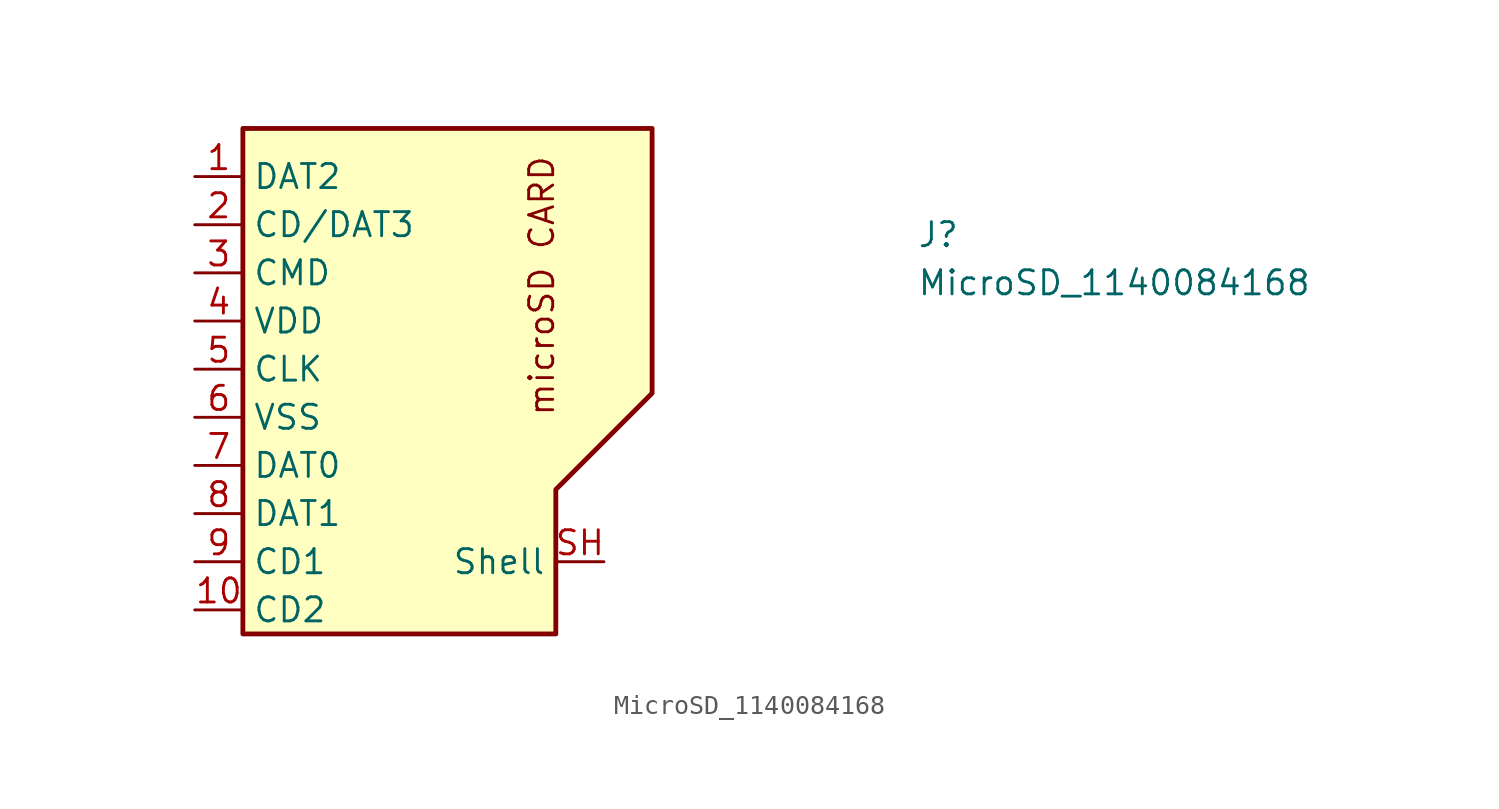
<source format=kicad_sym>
(kicad_symbol_lib
  (version 20211014)
  (generator kicad_symbol_editor)
  (symbol "MicroSD_1140084168"
    (property "Reference" "J"
      (at 38.1 -3.81 0)
      (effects (font (size 1.27 1.27) (thickness 0.15)) (justify left bottom)))
    (property "Value" "MicroSD_1140084168"
      (at 38.1 -6.35 0)
      (effects (font (size 1.27 1.27) (thickness 0.15)) (justify left bottom)))
    (symbol "MicroSD_1140084168_1_1"
      (polyline (pts (xy 2.54 2.54) (xy 2.54 -24.13) (xy 10.16 -24.13) (xy 13.97 -24.13) (xy 19.05 -24.13) (xy 19.05 -16.51) (xy 24.13 -11.43) (xy 24.13 2.54) (xy 2.54 2.54)) (stroke (width 0.254) (type default) (color 0 0 0 0)) (fill (type background)))
      (text "microSD CARD" (at 19.05 -12.7 900) (effects (font (size 1.27 1.27) (thickness 0.15)) (justify left bottom)))
      (pin bidirectional line (at 0 0 0) (length 2.54) (name "DAT2" (effects (font (size 1.27 1.27)))) (number "1" (effects (font (size 1.27 1.27)))))
      (pin passive line (at 0 -22.86 0) (length 2.54) (name "CD2" (effects (font (size 1.27 1.27)))) (number "10" (effects (font (size 1.27 1.27)))))
      (pin bidirectional line (at 0 -2.54 0) (length 2.54) (name "CD/DAT3" (effects (font (size 1.27 1.27)))) (number "2" (effects (font (size 1.27 1.27)))))
      (pin bidirectional line (at 0 -5.08 0) (length 2.54) (name "CMD" (effects (font (size 1.27 1.27)))) (number "3" (effects (font (size 1.27 1.27)))))
      (pin power_in line (at 0 -7.62 0) (length 2.54) (name "VDD" (effects (font (size 1.27 1.27)))) (number "4" (effects (font (size 1.27 1.27)))))
      (pin output line (at 0 -10.16 0) (length 2.54) (name "CLK" (effects (font (size 1.27 1.27)))) (number "5" (effects (font (size 1.27 1.27)))))
      (pin power_in line (at 0 -12.7 0) (length 2.54) (name "VSS" (effects (font (size 1.27 1.27)))) (number "6" (effects (font (size 1.27 1.27)))))
      (pin bidirectional line (at 0 -15.24 0) (length 2.54) (name "DAT0" (effects (font (size 1.27 1.27)))) (number "7" (effects (font (size 1.27 1.27)))))
      (pin bidirectional line (at 0 -17.78 0) (length 2.54) (name "DAT1" (effects (font (size 1.27 1.27)))) (number "8" (effects (font (size 1.27 1.27)))))
      (pin passive line (at 0 -20.32 0) (length 2.54) (name "CD1" (effects (font (size 1.27 1.27)))) (number "9" (effects (font (size 1.27 1.27)))))
      (pin passive line (at 21.59 -20.32 180) (length 2.54) (name "Shell" (effects (font (size 1.27 1.27)))) (number "SH" (effects (font (size 1.27 1.27))))))))
</source>
